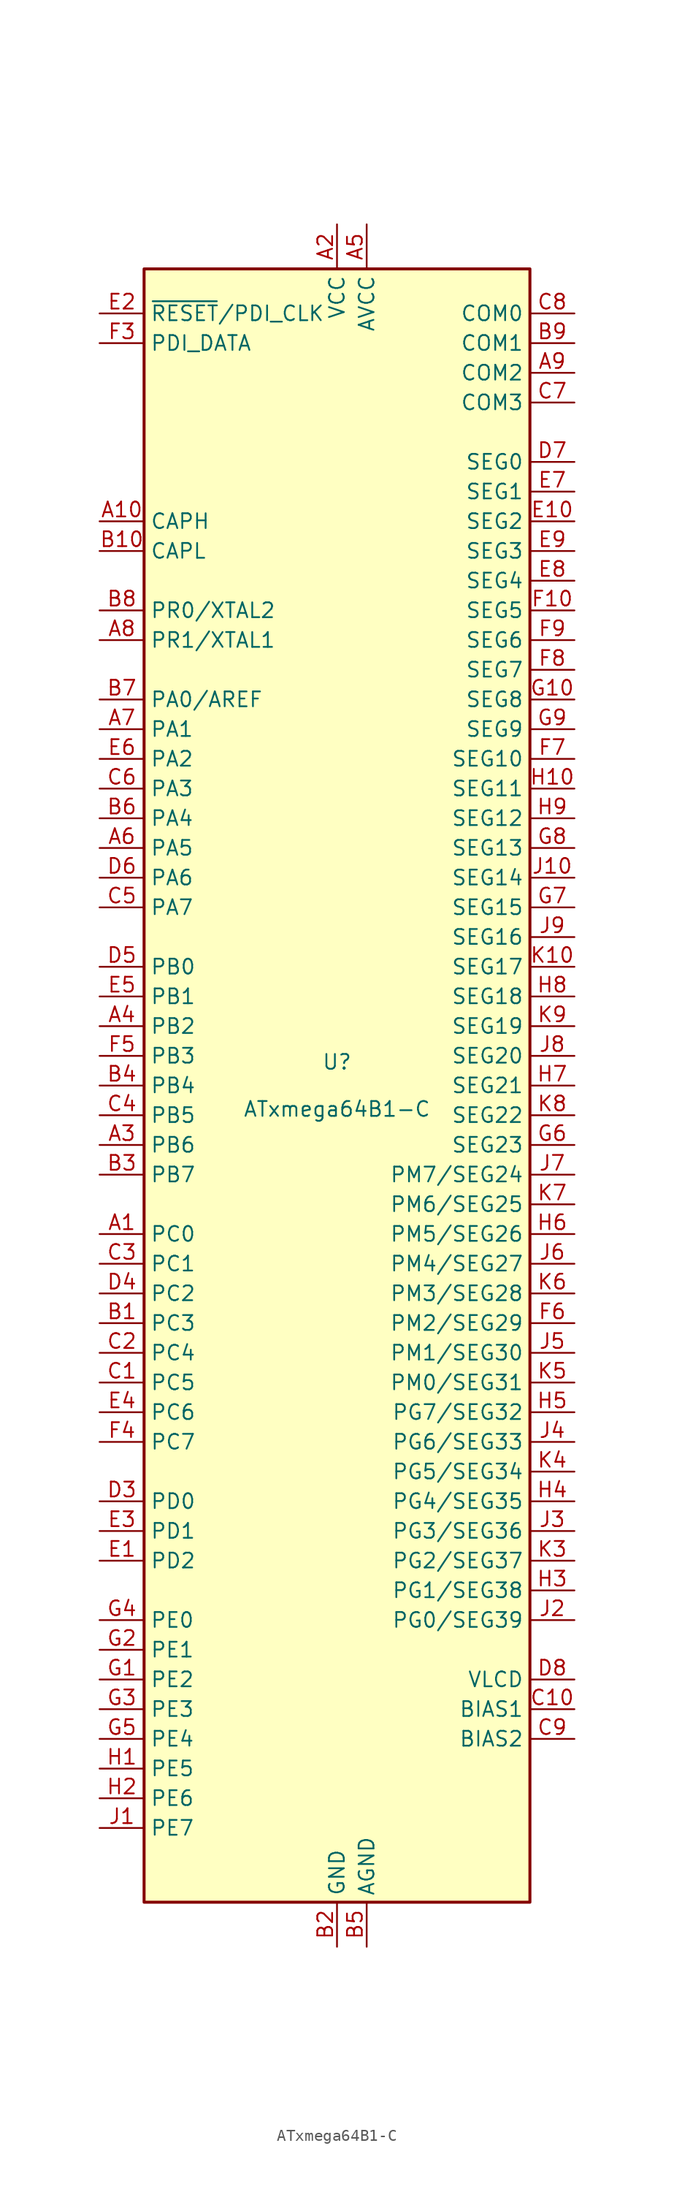
<source format=kicad_sym>
(kicad_symbol_lib
  (version 20211014)
  (generator kicad_symbol_editor)
  (symbol "ATxmega64B1-C"
    (property "Reference" "U"
      (at 0 1.27 0)
      (effects (font (size 1.27 1.27)) (justify bottom)))
    (property "Value" "ATxmega64B1-C"
      (at 0 -1.27 0)
      (effects (font (size 1.27 1.27)) (justify top)))
    (symbol "ATxmega64B1-C_0_1"
      (rectangle (start -16.51 -69.85) (end 16.51 69.85) (stroke (width 0.254) (type default) (color 0 0 0 0)) (fill (type background))))
    (symbol "ATxmega64B1-C_1_1"
      (pin bidirectional line (at -20.32 -12.7 0) (length 3.81) (name "PC0" (effects (font (size 1.27 1.27)))) (number "A1" (effects (font (size 1.27 1.27)))))
      (pin passive line (at -20.32 48.26 0) (length 3.81) (name "CAPH" (effects (font (size 1.27 1.27)))) (number "A10" (effects (font (size 1.27 1.27)))))
      (pin power_in line (at 0 73.66 270) (length 3.81) (name "VCC" (effects (font (size 1.27 1.27)))) (number "A2" (effects (font (size 1.27 1.27)))))
      (pin bidirectional line (at -20.32 -5.08 0) (length 3.81) (name "PB6" (effects (font (size 1.27 1.27)))) (number "A3" (effects (font (size 1.27 1.27)))))
      (pin bidirectional line (at -20.32 5.08 0) (length 3.81) (name "PB2" (effects (font (size 1.27 1.27)))) (number "A4" (effects (font (size 1.27 1.27)))))
      (pin power_in line (at 2.54 73.66 270) (length 3.81) (name "AVCC" (effects (font (size 1.27 1.27)))) (number "A5" (effects (font (size 1.27 1.27)))))
      (pin bidirectional line (at -20.32 20.32 0) (length 3.81) (name "PA5" (effects (font (size 1.27 1.27)))) (number "A6" (effects (font (size 1.27 1.27)))))
      (pin bidirectional line (at -20.32 30.48 0) (length 3.81) (name "PA1" (effects (font (size 1.27 1.27)))) (number "A7" (effects (font (size 1.27 1.27)))))
      (pin bidirectional line (at -20.32 38.1 0) (length 3.81) (name "PR1/XTAL1" (effects (font (size 1.27 1.27)))) (number "A8" (effects (font (size 1.27 1.27)))))
      (pin output line (at 20.32 60.96 180) (length 3.81) (name "COM2" (effects (font (size 1.27 1.27)))) (number "A9" (effects (font (size 1.27 1.27)))))
      (pin bidirectional line (at -20.32 -20.32 0) (length 3.81) (name "PC3" (effects (font (size 1.27 1.27)))) (number "B1" (effects (font (size 1.27 1.27)))))
      (pin passive line (at -20.32 45.72 0) (length 3.81) (name "CAPL" (effects (font (size 1.27 1.27)))) (number "B10" (effects (font (size 1.27 1.27)))))
      (pin power_in line (at 0 -73.66 90) (length 3.81) (name "GND" (effects (font (size 1.27 1.27)))) (number "B2" (effects (font (size 1.27 1.27)))))
      (pin bidirectional line (at -20.32 -7.62 0) (length 3.81) (name "PB7" (effects (font (size 1.27 1.27)))) (number "B3" (effects (font (size 1.27 1.27)))))
      (pin bidirectional line (at -20.32 0 0) (length 3.81) (name "PB4" (effects (font (size 1.27 1.27)))) (number "B4" (effects (font (size 1.27 1.27)))))
      (pin power_in line (at 2.54 -73.66 90) (length 3.81) (name "AGND" (effects (font (size 1.27 1.27)))) (number "B5" (effects (font (size 1.27 1.27)))))
      (pin bidirectional line (at -20.32 22.86 0) (length 3.81) (name "PA4" (effects (font (size 1.27 1.27)))) (number "B6" (effects (font (size 1.27 1.27)))))
      (pin bidirectional line (at -20.32 33.02 0) (length 3.81) (name "PA0/AREF" (effects (font (size 1.27 1.27)))) (number "B7" (effects (font (size 1.27 1.27)))))
      (pin bidirectional line (at -20.32 40.64 0) (length 3.81) (name "PR0/XTAL2" (effects (font (size 1.27 1.27)))) (number "B8" (effects (font (size 1.27 1.27)))))
      (pin output line (at 20.32 63.5 180) (length 3.81) (name "COM1" (effects (font (size 1.27 1.27)))) (number "B9" (effects (font (size 1.27 1.27)))))
      (pin bidirectional line (at -20.32 -25.4 0) (length 3.81) (name "PC5" (effects (font (size 1.27 1.27)))) (number "C1" (effects (font (size 1.27 1.27)))))
      (pin power_out line (at 20.32 -53.34 180) (length 3.81) (name "BIAS1" (effects (font (size 1.27 1.27)))) (number "C10" (effects (font (size 1.27 1.27)))))
      (pin bidirectional line (at -20.32 -22.86 0) (length 3.81) (name "PC4" (effects (font (size 1.27 1.27)))) (number "C2" (effects (font (size 1.27 1.27)))))
      (pin bidirectional line (at -20.32 -15.24 0) (length 3.81) (name "PC1" (effects (font (size 1.27 1.27)))) (number "C3" (effects (font (size 1.27 1.27)))))
      (pin bidirectional line (at -20.32 -2.54 0) (length 3.81) (name "PB5" (effects (font (size 1.27 1.27)))) (number "C4" (effects (font (size 1.27 1.27)))))
      (pin bidirectional line (at -20.32 15.24 0) (length 3.81) (name "PA7" (effects (font (size 1.27 1.27)))) (number "C5" (effects (font (size 1.27 1.27)))))
      (pin bidirectional line (at -20.32 25.4 0) (length 3.81) (name "PA3" (effects (font (size 1.27 1.27)))) (number "C6" (effects (font (size 1.27 1.27)))))
      (pin output line (at 20.32 58.42 180) (length 3.81) (name "COM3" (effects (font (size 1.27 1.27)))) (number "C7" (effects (font (size 1.27 1.27)))))
      (pin output line (at 20.32 66.04 180) (length 3.81) (name "COM0" (effects (font (size 1.27 1.27)))) (number "C8" (effects (font (size 1.27 1.27)))))
      (pin power_out line (at 20.32 -55.88 180) (length 3.81) (name "BIAS2" (effects (font (size 1.27 1.27)))) (number "C9" (effects (font (size 1.27 1.27)))))
      (pin passive line (at 0 73.66 270) (length 3.81) hide (name "VCC" (effects (font (size 1.27 1.27)))) (number "D1" (effects (font (size 1.27 1.27)))))
      (pin passive line (at 0 73.66 270) (length 3.81) hide (name "VCC" (effects (font (size 1.27 1.27)))) (number "D10" (effects (font (size 1.27 1.27)))))
      (pin passive line (at 0 -73.66 90) (length 3.81) hide (name "GND" (effects (font (size 1.27 1.27)))) (number "D2" (effects (font (size 1.27 1.27)))))
      (pin bidirectional line (at -20.32 -35.56 0) (length 3.81) (name "PD0" (effects (font (size 1.27 1.27)))) (number "D3" (effects (font (size 1.27 1.27)))))
      (pin bidirectional line (at -20.32 -17.78 0) (length 3.81) (name "PC2" (effects (font (size 1.27 1.27)))) (number "D4" (effects (font (size 1.27 1.27)))))
      (pin bidirectional line (at -20.32 10.16 0) (length 3.81) (name "PB0" (effects (font (size 1.27 1.27)))) (number "D5" (effects (font (size 1.27 1.27)))))
      (pin bidirectional line (at -20.32 17.78 0) (length 3.81) (name "PA6" (effects (font (size 1.27 1.27)))) (number "D6" (effects (font (size 1.27 1.27)))))
      (pin output line (at 20.32 53.34 180) (length 3.81) (name "SEG0" (effects (font (size 1.27 1.27)))) (number "D7" (effects (font (size 1.27 1.27)))))
      (pin power_out line (at 20.32 -50.8 180) (length 3.81) (name "VLCD" (effects (font (size 1.27 1.27)))) (number "D8" (effects (font (size 1.27 1.27)))))
      (pin passive line (at 0 -73.66 90) (length 3.81) hide (name "GND" (effects (font (size 1.27 1.27)))) (number "D9" (effects (font (size 1.27 1.27)))))
      (pin bidirectional line (at -20.32 -40.64 0) (length 3.81) (name "PD2" (effects (font (size 1.27 1.27)))) (number "E1" (effects (font (size 1.27 1.27)))))
      (pin output line (at 20.32 48.26 180) (length 3.81) (name "SEG2" (effects (font (size 1.27 1.27)))) (number "E10" (effects (font (size 1.27 1.27)))))
      (pin input line (at -20.32 66.04 0) (length 3.81) (name "~{RESET}/PDI_CLK" (effects (font (size 1.27 1.27)))) (number "E2" (effects (font (size 1.27 1.27)))))
      (pin bidirectional line (at -20.32 -38.1 0) (length 3.81) (name "PD1" (effects (font (size 1.27 1.27)))) (number "E3" (effects (font (size 1.27 1.27)))))
      (pin bidirectional line (at -20.32 -27.94 0) (length 3.81) (name "PC6" (effects (font (size 1.27 1.27)))) (number "E4" (effects (font (size 1.27 1.27)))))
      (pin bidirectional line (at -20.32 7.62 0) (length 3.81) (name "PB1" (effects (font (size 1.27 1.27)))) (number "E5" (effects (font (size 1.27 1.27)))))
      (pin bidirectional line (at -20.32 27.94 0) (length 3.81) (name "PA2" (effects (font (size 1.27 1.27)))) (number "E6" (effects (font (size 1.27 1.27)))))
      (pin output line (at 20.32 50.8 180) (length 3.81) (name "SEG1" (effects (font (size 1.27 1.27)))) (number "E7" (effects (font (size 1.27 1.27)))))
      (pin output line (at 20.32 43.18 180) (length 3.81) (name "SEG4" (effects (font (size 1.27 1.27)))) (number "E8" (effects (font (size 1.27 1.27)))))
      (pin output line (at 20.32 45.72 180) (length 3.81) (name "SEG3" (effects (font (size 1.27 1.27)))) (number "E9" (effects (font (size 1.27 1.27)))))
      (pin passive line (at 0 73.66 270) (length 3.81) hide (name "VCC" (effects (font (size 1.27 1.27)))) (number "F1" (effects (font (size 1.27 1.27)))))
      (pin output line (at 20.32 40.64 180) (length 3.81) (name "SEG5" (effects (font (size 1.27 1.27)))) (number "F10" (effects (font (size 1.27 1.27)))))
      (pin passive line (at 0 -73.66 90) (length 3.81) hide (name "GND" (effects (font (size 1.27 1.27)))) (number "F2" (effects (font (size 1.27 1.27)))))
      (pin bidirectional line (at -20.32 63.5 0) (length 3.81) (name "PDI_DATA" (effects (font (size 1.27 1.27)))) (number "F3" (effects (font (size 1.27 1.27)))))
      (pin bidirectional line (at -20.32 -30.48 0) (length 3.81) (name "PC7" (effects (font (size 1.27 1.27)))) (number "F4" (effects (font (size 1.27 1.27)))))
      (pin bidirectional line (at -20.32 2.54 0) (length 3.81) (name "PB3" (effects (font (size 1.27 1.27)))) (number "F5" (effects (font (size 1.27 1.27)))))
      (pin bidirectional line (at 20.32 -20.32 180) (length 3.81) (name "PM2/SEG29" (effects (font (size 1.27 1.27)))) (number "F6" (effects (font (size 1.27 1.27)))))
      (pin output line (at 20.32 27.94 180) (length 3.81) (name "SEG10" (effects (font (size 1.27 1.27)))) (number "F7" (effects (font (size 1.27 1.27)))))
      (pin output line (at 20.32 35.56 180) (length 3.81) (name "SEG7" (effects (font (size 1.27 1.27)))) (number "F8" (effects (font (size 1.27 1.27)))))
      (pin output line (at 20.32 38.1 180) (length 3.81) (name "SEG6" (effects (font (size 1.27 1.27)))) (number "F9" (effects (font (size 1.27 1.27)))))
      (pin bidirectional line (at -20.32 -50.8 0) (length 3.81) (name "PE2" (effects (font (size 1.27 1.27)))) (number "G1" (effects (font (size 1.27 1.27)))))
      (pin output line (at 20.32 33.02 180) (length 3.81) (name "SEG8" (effects (font (size 1.27 1.27)))) (number "G10" (effects (font (size 1.27 1.27)))))
      (pin bidirectional line (at -20.32 -48.26 0) (length 3.81) (name "PE1" (effects (font (size 1.27 1.27)))) (number "G2" (effects (font (size 1.27 1.27)))))
      (pin bidirectional line (at -20.32 -53.34 0) (length 3.81) (name "PE3" (effects (font (size 1.27 1.27)))) (number "G3" (effects (font (size 1.27 1.27)))))
      (pin bidirectional line (at -20.32 -45.72 0) (length 3.81) (name "PE0" (effects (font (size 1.27 1.27)))) (number "G4" (effects (font (size 1.27 1.27)))))
      (pin bidirectional line (at -20.32 -55.88 0) (length 3.81) (name "PE4" (effects (font (size 1.27 1.27)))) (number "G5" (effects (font (size 1.27 1.27)))))
      (pin output line (at 20.32 -5.08 180) (length 3.81) (name "SEG23" (effects (font (size 1.27 1.27)))) (number "G6" (effects (font (size 1.27 1.27)))))
      (pin output line (at 20.32 15.24 180) (length 3.81) (name "SEG15" (effects (font (size 1.27 1.27)))) (number "G7" (effects (font (size 1.27 1.27)))))
      (pin output line (at 20.32 20.32 180) (length 3.81) (name "SEG13" (effects (font (size 1.27 1.27)))) (number "G8" (effects (font (size 1.27 1.27)))))
      (pin output line (at 20.32 30.48 180) (length 3.81) (name "SEG9" (effects (font (size 1.27 1.27)))) (number "G9" (effects (font (size 1.27 1.27)))))
      (pin bidirectional line (at -20.32 -58.42 0) (length 3.81) (name "PE5" (effects (font (size 1.27 1.27)))) (number "H1" (effects (font (size 1.27 1.27)))))
      (pin output line (at 20.32 25.4 180) (length 3.81) (name "SEG11" (effects (font (size 1.27 1.27)))) (number "H10" (effects (font (size 1.27 1.27)))))
      (pin bidirectional line (at -20.32 -60.96 0) (length 3.81) (name "PE6" (effects (font (size 1.27 1.27)))) (number "H2" (effects (font (size 1.27 1.27)))))
      (pin bidirectional line (at 20.32 -43.18 180) (length 3.81) (name "PG1/SEG38" (effects (font (size 1.27 1.27)))) (number "H3" (effects (font (size 1.27 1.27)))))
      (pin bidirectional line (at 20.32 -35.56 180) (length 3.81) (name "PG4/SEG35" (effects (font (size 1.27 1.27)))) (number "H4" (effects (font (size 1.27 1.27)))))
      (pin bidirectional line (at 20.32 -27.94 180) (length 3.81) (name "PG7/SEG32" (effects (font (size 1.27 1.27)))) (number "H5" (effects (font (size 1.27 1.27)))))
      (pin bidirectional line (at 20.32 -12.7 180) (length 3.81) (name "PM5/SEG26" (effects (font (size 1.27 1.27)))) (number "H6" (effects (font (size 1.27 1.27)))))
      (pin output line (at 20.32 0 180) (length 3.81) (name "SEG21" (effects (font (size 1.27 1.27)))) (number "H7" (effects (font (size 1.27 1.27)))))
      (pin output line (at 20.32 7.62 180) (length 3.81) (name "SEG18" (effects (font (size 1.27 1.27)))) (number "H8" (effects (font (size 1.27 1.27)))))
      (pin output line (at 20.32 22.86 180) (length 3.81) (name "SEG12" (effects (font (size 1.27 1.27)))) (number "H9" (effects (font (size 1.27 1.27)))))
      (pin bidirectional line (at -20.32 -63.5 0) (length 3.81) (name "PE7" (effects (font (size 1.27 1.27)))) (number "J1" (effects (font (size 1.27 1.27)))))
      (pin output line (at 20.32 17.78 180) (length 3.81) (name "SEG14" (effects (font (size 1.27 1.27)))) (number "J10" (effects (font (size 1.27 1.27)))))
      (pin bidirectional line (at 20.32 -45.72 180) (length 3.81) (name "PG0/SEG39" (effects (font (size 1.27 1.27)))) (number "J2" (effects (font (size 1.27 1.27)))))
      (pin bidirectional line (at 20.32 -38.1 180) (length 3.81) (name "PG3/SEG36" (effects (font (size 1.27 1.27)))) (number "J3" (effects (font (size 1.27 1.27)))))
      (pin bidirectional line (at 20.32 -30.48 180) (length 3.81) (name "PG6/SEG33" (effects (font (size 1.27 1.27)))) (number "J4" (effects (font (size 1.27 1.27)))))
      (pin bidirectional line (at 20.32 -22.86 180) (length 3.81) (name "PM1/SEG30" (effects (font (size 1.27 1.27)))) (number "J5" (effects (font (size 1.27 1.27)))))
      (pin bidirectional line (at 20.32 -15.24 180) (length 3.81) (name "PM4/SEG27" (effects (font (size 1.27 1.27)))) (number "J6" (effects (font (size 1.27 1.27)))))
      (pin bidirectional line (at 20.32 -7.62 180) (length 3.81) (name "PM7/SEG24" (effects (font (size 1.27 1.27)))) (number "J7" (effects (font (size 1.27 1.27)))))
      (pin output line (at 20.32 2.54 180) (length 3.81) (name "SEG20" (effects (font (size 1.27 1.27)))) (number "J8" (effects (font (size 1.27 1.27)))))
      (pin output line (at 20.32 12.7 180) (length 3.81) (name "SEG16" (effects (font (size 1.27 1.27)))) (number "J9" (effects (font (size 1.27 1.27)))))
      (pin passive line (at 0 -73.66 90) (length 3.81) hide (name "GND" (effects (font (size 1.27 1.27)))) (number "K1" (effects (font (size 1.27 1.27)))))
      (pin output line (at 20.32 10.16 180) (length 3.81) (name "SEG17" (effects (font (size 1.27 1.27)))) (number "K10" (effects (font (size 1.27 1.27)))))
      (pin passive line (at 0 73.66 270) (length 3.81) hide (name "VCC" (effects (font (size 1.27 1.27)))) (number "K2" (effects (font (size 1.27 1.27)))))
      (pin bidirectional line (at 20.32 -40.64 180) (length 3.81) (name "PG2/SEG37" (effects (font (size 1.27 1.27)))) (number "K3" (effects (font (size 1.27 1.27)))))
      (pin bidirectional line (at 20.32 -33.02 180) (length 3.81) (name "PG5/SEG34" (effects (font (size 1.27 1.27)))) (number "K4" (effects (font (size 1.27 1.27)))))
      (pin bidirectional line (at 20.32 -25.4 180) (length 3.81) (name "PM0/SEG31" (effects (font (size 1.27 1.27)))) (number "K5" (effects (font (size 1.27 1.27)))))
      (pin bidirectional line (at 20.32 -17.78 180) (length 3.81) (name "PM3/SEG28" (effects (font (size 1.27 1.27)))) (number "K6" (effects (font (size 1.27 1.27)))))
      (pin bidirectional line (at 20.32 -10.16 180) (length 3.81) (name "PM6/SEG25" (effects (font (size 1.27 1.27)))) (number "K7" (effects (font (size 1.27 1.27)))))
      (pin output line (at 20.32 -2.54 180) (length 3.81) (name "SEG22" (effects (font (size 1.27 1.27)))) (number "K8" (effects (font (size 1.27 1.27)))))
      (pin output line (at 20.32 5.08 180) (length 3.81) (name "SEG19" (effects (font (size 1.27 1.27)))) (number "K9" (effects (font (size 1.27 1.27))))))))
</source>
